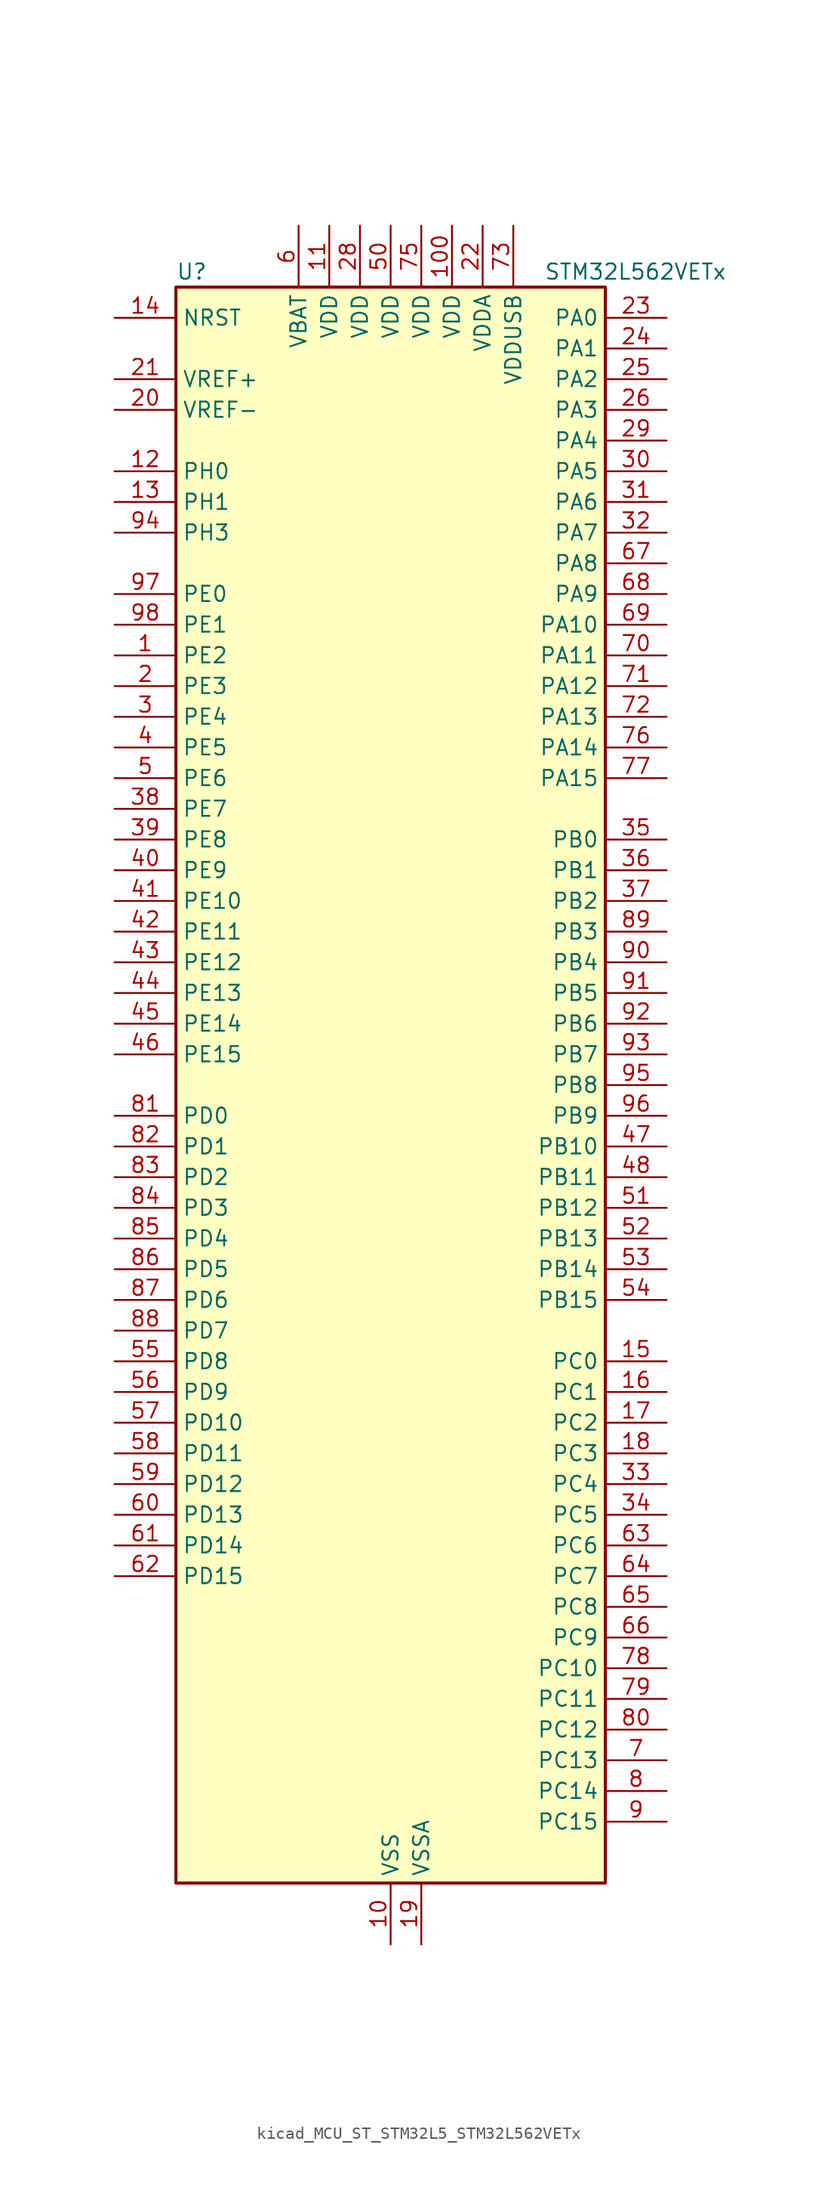
<source format=kicad_sym>
(kicad_symbol_lib
  (version 20220914)
  (generator kicad_symbol_editor)
  (symbol "kicad_MCU_ST_STM32L5_STM32L562VETx"
    (property "Reference" "U"
      (at -17.78 67.31 0)
      (effects (font (size 1.27 1.27)) (justify left)))
    (property "Value" "STM32L562VETx"
      (at 12.7 67.31 0)
      (effects (font (size 1.27 1.27)) (justify left)))
    (property "ki_locked" ""
      (at 0 0 0)
      (effects (font (size 1.27 1.27))))
    (symbol "kicad_MCU_ST_STM32L5_STM32L562VETx_0_1"
      (rectangle (start -17.78 -66.04) (end 17.78 66.04) (stroke (width 0.254) (type default)) (fill (type background))))
    (symbol "kicad_MCU_ST_STM32L5_STM32L562VETx_1_1"
      (pin bidirectional line (at -22.86 35.56 0) (length 5.08) (name "PE2" (effects (font (size 1.27 1.27)))) (number "1" (effects (font (size 1.27 1.27)))) (alternate "DEBUG_TRACECLK" bidirectional line) (alternate "FMC_A23" bidirectional line) (alternate "SAI1_CK1" bidirectional line) (alternate "SAI1_MCLK_A" bidirectional line) (alternate "TIM3_ETR" bidirectional line) (alternate "TSC_G7_IO1" bidirectional line))
      (pin power_in line (at 0 -71.12 90) (length 5.08) (name "VSS" (effects (font (size 1.27 1.27)))) (number "10" (effects (font (size 1.27 1.27)))))
      (pin power_in line (at 5.08 71.12 270) (length 5.08) (name "VDD" (effects (font (size 1.27 1.27)))) (number "100" (effects (font (size 1.27 1.27)))))
      (pin power_in line (at -5.08 71.12 270) (length 5.08) (name "VDD" (effects (font (size 1.27 1.27)))) (number "11" (effects (font (size 1.27 1.27)))))
      (pin bidirectional line (at -22.86 50.8 0) (length 5.08) (name "PH0" (effects (font (size 1.27 1.27)))) (number "12" (effects (font (size 1.27 1.27)))) (alternate "RCC_OSC_IN" bidirectional line))
      (pin bidirectional line (at -22.86 48.26 0) (length 5.08) (name "PH1" (effects (font (size 1.27 1.27)))) (number "13" (effects (font (size 1.27 1.27)))) (alternate "RCC_OSC_OUT" bidirectional line))
      (pin input line (at -22.86 63.5 0) (length 5.08) (name "NRST" (effects (font (size 1.27 1.27)))) (number "14" (effects (font (size 1.27 1.27)))))
      (pin bidirectional line (at 22.86 -22.86 180) (length 5.08) (name "PC0" (effects (font (size 1.27 1.27)))) (number "15" (effects (font (size 1.27 1.27)))) (alternate "ADC1_IN1" bidirectional line) (alternate "ADC2_IN1" bidirectional line) (alternate "I2C3_SCL" bidirectional line) (alternate "LPTIM1_IN1" bidirectional line) (alternate "LPTIM2_IN1" bidirectional line) (alternate "LPUART1_RX" bidirectional line) (alternate "OCTOSPI1_IO7" bidirectional line) (alternate "SAI2_FS_A" bidirectional line) (alternate "SDMMC1_D5" bidirectional line))
      (pin bidirectional line (at 22.86 -25.4 180) (length 5.08) (name "PC1" (effects (font (size 1.27 1.27)))) (number "16" (effects (font (size 1.27 1.27)))) (alternate "ADC1_IN2" bidirectional line) (alternate "ADC2_IN2" bidirectional line) (alternate "DEBUG_TRACED0" bidirectional line) (alternate "I2C3_SDA" bidirectional line) (alternate "LPTIM1_OUT" bidirectional line) (alternate "LPUART1_TX" bidirectional line) (alternate "OCTOSPI1_IO4" bidirectional line) (alternate "SAI1_SD_A" bidirectional line) (alternate "SPI2_MOSI" bidirectional line))
      (pin bidirectional line (at 22.86 -27.94 180) (length 5.08) (name "PC2" (effects (font (size 1.27 1.27)))) (number "17" (effects (font (size 1.27 1.27)))) (alternate "ADC1_IN3" bidirectional line) (alternate "ADC2_IN3" bidirectional line) (alternate "DFSDM1_CKOUT" bidirectional line) (alternate "LPTIM1_IN2" bidirectional line) (alternate "OCTOSPI1_IO5" bidirectional line) (alternate "SPI2_MISO" bidirectional line))
      (pin bidirectional line (at 22.86 -30.48 180) (length 5.08) (name "PC3" (effects (font (size 1.27 1.27)))) (number "18" (effects (font (size 1.27 1.27)))) (alternate "ADC1_IN4" bidirectional line) (alternate "ADC2_IN4" bidirectional line) (alternate "LPTIM1_ETR" bidirectional line) (alternate "LPTIM2_ETR" bidirectional line) (alternate "LPTIM3_OUT" bidirectional line) (alternate "OCTOSPI1_IO6" bidirectional line) (alternate "SAI1_D1" bidirectional line) (alternate "SAI1_SD_A" bidirectional line) (alternate "SPI2_MOSI" bidirectional line))
      (pin power_in line (at 2.54 -71.12 90) (length 5.08) (name "VSSA" (effects (font (size 1.27 1.27)))) (number "19" (effects (font (size 1.27 1.27)))))
      (pin bidirectional line (at -22.86 33.02 0) (length 5.08) (name "PE3" (effects (font (size 1.27 1.27)))) (number "2" (effects (font (size 1.27 1.27)))) (alternate "DEBUG_TRACED0" bidirectional line) (alternate "FMC_A19" bidirectional line) (alternate "OCTOSPI1_DQS" bidirectional line) (alternate "SAI1_SD_B" bidirectional line) (alternate "TIM3_CH1" bidirectional line) (alternate "TSC_G7_IO2" bidirectional line))
      (pin input line (at -22.86 55.88 0) (length 5.08) (name "VREF-" (effects (font (size 1.27 1.27)))) (number "20" (effects (font (size 1.27 1.27)))))
      (pin input line (at -22.86 58.42 0) (length 5.08) (name "VREF+" (effects (font (size 1.27 1.27)))) (number "21" (effects (font (size 1.27 1.27)))))
      (pin power_in line (at 7.62 71.12 270) (length 5.08) (name "VDDA" (effects (font (size 1.27 1.27)))) (number "22" (effects (font (size 1.27 1.27)))))
      (pin bidirectional line (at 22.86 63.5 180) (length 5.08) (name "PA0" (effects (font (size 1.27 1.27)))) (number "23" (effects (font (size 1.27 1.27)))) (alternate "ADC1_IN5" bidirectional line) (alternate "ADC2_IN5" bidirectional line) (alternate "OPAMP1_VINP" bidirectional line) (alternate "PWR_WKUP1" bidirectional line) (alternate "SAI1_EXTCLK" bidirectional line) (alternate "TAMP_IN2" bidirectional line) (alternate "TAMP_OUT1" bidirectional line) (alternate "TIM2_CH1" bidirectional line) (alternate "TIM2_ETR" bidirectional line) (alternate "TIM5_CH1" bidirectional line) (alternate "TIM8_ETR" bidirectional line) (alternate "UART4_TX" bidirectional line) (alternate "USART2_CTS" bidirectional line) (alternate "USART2_NSS" bidirectional line))
      (pin bidirectional line (at 22.86 60.96 180) (length 5.08) (name "PA1" (effects (font (size 1.27 1.27)))) (number "24" (effects (font (size 1.27 1.27)))) (alternate "ADC1_IN6" bidirectional line) (alternate "ADC2_IN6" bidirectional line) (alternate "I2C1_SMBA" bidirectional line) (alternate "OCTOSPI1_DQS" bidirectional line) (alternate "OPAMP1_VINM" bidirectional line) (alternate "SPI1_SCK" bidirectional line) (alternate "TAMP_IN5" bidirectional line) (alternate "TAMP_OUT4" bidirectional line) (alternate "TIM15_CH1N" bidirectional line) (alternate "TIM2_CH2" bidirectional line) (alternate "TIM5_CH2" bidirectional line) (alternate "UART4_RX" bidirectional line) (alternate "USART2_DE" bidirectional line) (alternate "USART2_RTS" bidirectional line))
      (pin bidirectional line (at 22.86 58.42 180) (length 5.08) (name "PA2" (effects (font (size 1.27 1.27)))) (number "25" (effects (font (size 1.27 1.27)))) (alternate "ADC1_IN7" bidirectional line) (alternate "ADC2_IN7" bidirectional line) (alternate "COMP1_INP" bidirectional line) (alternate "LPUART1_TX" bidirectional line) (alternate "OCTOSPI1_NCS" bidirectional line) (alternate "PWR_WKUP4" bidirectional line) (alternate "RCC_LSCO" bidirectional line) (alternate "SAI2_EXTCLK" bidirectional line) (alternate "TIM15_CH1" bidirectional line) (alternate "TIM2_CH3" bidirectional line) (alternate "TIM5_CH3" bidirectional line) (alternate "UCPD1_FRSTX1" bidirectional line) (alternate "USART2_TX" bidirectional line))
      (pin bidirectional line (at 22.86 55.88 180) (length 5.08) (name "PA3" (effects (font (size 1.27 1.27)))) (number "26" (effects (font (size 1.27 1.27)))) (alternate "ADC1_IN8" bidirectional line) (alternate "ADC2_IN8" bidirectional line) (alternate "LPUART1_RX" bidirectional line) (alternate "OCTOSPI1_CLK" bidirectional line) (alternate "OPAMP1_VOUT" bidirectional line) (alternate "SAI1_CK1" bidirectional line) (alternate "SAI1_MCLK_A" bidirectional line) (alternate "TIM15_CH2" bidirectional line) (alternate "TIM2_CH4" bidirectional line) (alternate "TIM5_CH4" bidirectional line) (alternate "USART2_RX" bidirectional line))
      (pin passive line (at 0 -71.12 90) (length 5.08) hide (name "VSS" (effects (font (size 1.27 1.27)))) (number "27" (effects (font (size 1.27 1.27)))))
      (pin power_in line (at -2.54 71.12 270) (length 5.08) (name "VDD" (effects (font (size 1.27 1.27)))) (number "28" (effects (font (size 1.27 1.27)))))
      (pin bidirectional line (at 22.86 53.34 180) (length 5.08) (name "PA4" (effects (font (size 1.27 1.27)))) (number "29" (effects (font (size 1.27 1.27)))) (alternate "ADC1_IN9" bidirectional line) (alternate "ADC2_IN9" bidirectional line) (alternate "DAC1_OUT1" bidirectional line) (alternate "LPTIM2_OUT" bidirectional line) (alternate "OCTOSPI1_NCS" bidirectional line) (alternate "SAI1_FS_B" bidirectional line) (alternate "SPI1_NSS" bidirectional line) (alternate "SPI3_NSS" bidirectional line) (alternate "USART2_CK" bidirectional line))
      (pin bidirectional line (at -22.86 30.48 0) (length 5.08) (name "PE4" (effects (font (size 1.27 1.27)))) (number "3" (effects (font (size 1.27 1.27)))) (alternate "DEBUG_TRACED1" bidirectional line) (alternate "DFSDM1_DATIN3" bidirectional line) (alternate "FMC_A20" bidirectional line) (alternate "SAI1_D2" bidirectional line) (alternate "SAI1_FS_A" bidirectional line) (alternate "TIM3_CH2" bidirectional line) (alternate "TSC_G7_IO3" bidirectional line))
      (pin bidirectional line (at 22.86 50.8 180) (length 5.08) (name "PA5" (effects (font (size 1.27 1.27)))) (number "30" (effects (font (size 1.27 1.27)))) (alternate "ADC1_IN10" bidirectional line) (alternate "ADC2_IN10" bidirectional line) (alternate "DAC1_OUT2" bidirectional line) (alternate "LPTIM2_ETR" bidirectional line) (alternate "SPI1_SCK" bidirectional line) (alternate "TIM2_CH1" bidirectional line) (alternate "TIM2_ETR" bidirectional line) (alternate "TIM8_CH1N" bidirectional line))
      (pin bidirectional line (at 22.86 48.26 180) (length 5.08) (name "PA6" (effects (font (size 1.27 1.27)))) (number "31" (effects (font (size 1.27 1.27)))) (alternate "ADC1_IN11" bidirectional line) (alternate "ADC2_IN11" bidirectional line) (alternate "LPUART1_CTS" bidirectional line) (alternate "OCTOSPI1_IO3" bidirectional line) (alternate "OPAMP2_VINP" bidirectional line) (alternate "SPI1_MISO" bidirectional line) (alternate "TIM16_CH1" bidirectional line) (alternate "TIM1_BKIN" bidirectional line) (alternate "TIM3_CH1" bidirectional line) (alternate "TIM8_BKIN" bidirectional line) (alternate "USART3_CTS" bidirectional line) (alternate "USART3_NSS" bidirectional line))
      (pin bidirectional line (at 22.86 45.72 180) (length 5.08) (name "PA7" (effects (font (size 1.27 1.27)))) (number "32" (effects (font (size 1.27 1.27)))) (alternate "ADC1_IN12" bidirectional line) (alternate "ADC2_IN12" bidirectional line) (alternate "I2C3_SCL" bidirectional line) (alternate "OCTOSPI1_IO2" bidirectional line) (alternate "OPAMP2_VINM" bidirectional line) (alternate "SPI1_MOSI" bidirectional line) (alternate "TIM17_CH1" bidirectional line) (alternate "TIM1_CH1N" bidirectional line) (alternate "TIM3_CH2" bidirectional line) (alternate "TIM8_CH1N" bidirectional line))
      (pin bidirectional line (at 22.86 -33.02 180) (length 5.08) (name "PC4" (effects (font (size 1.27 1.27)))) (number "33" (effects (font (size 1.27 1.27)))) (alternate "ADC1_IN13" bidirectional line) (alternate "ADC2_IN13" bidirectional line) (alternate "COMP1_INM" bidirectional line) (alternate "OCTOSPI1_IO7" bidirectional line) (alternate "USART3_TX" bidirectional line))
      (pin bidirectional line (at 22.86 -35.56 180) (length 5.08) (name "PC5" (effects (font (size 1.27 1.27)))) (number "34" (effects (font (size 1.27 1.27)))) (alternate "ADC1_IN14" bidirectional line) (alternate "ADC2_IN14" bidirectional line) (alternate "COMP1_INP" bidirectional line) (alternate "PWR_WKUP5" bidirectional line) (alternate "SAI1_D3" bidirectional line) (alternate "TAMP_IN4" bidirectional line) (alternate "TAMP_OUT5" bidirectional line) (alternate "USART3_RX" bidirectional line))
      (pin bidirectional line (at 22.86 20.32 180) (length 5.08) (name "PB0" (effects (font (size 1.27 1.27)))) (number "35" (effects (font (size 1.27 1.27)))) (alternate "ADC1_IN15" bidirectional line) (alternate "ADC2_IN15" bidirectional line) (alternate "COMP1_OUT" bidirectional line) (alternate "OCTOSPI1_IO1" bidirectional line) (alternate "OPAMP2_VOUT" bidirectional line) (alternate "SAI1_EXTCLK" bidirectional line) (alternate "SPI1_NSS" bidirectional line) (alternate "TIM1_CH2N" bidirectional line) (alternate "TIM3_CH3" bidirectional line) (alternate "TIM8_CH2N" bidirectional line) (alternate "USART3_CK" bidirectional line))
      (pin bidirectional line (at 22.86 17.78 180) (length 5.08) (name "PB1" (effects (font (size 1.27 1.27)))) (number "36" (effects (font (size 1.27 1.27)))) (alternate "ADC1_IN16" bidirectional line) (alternate "ADC2_IN16" bidirectional line) (alternate "COMP1_INM" bidirectional line) (alternate "DFSDM1_DATIN0" bidirectional line) (alternate "LPTIM2_IN1" bidirectional line) (alternate "LPUART1_DE" bidirectional line) (alternate "LPUART1_RTS" bidirectional line) (alternate "OCTOSPI1_IO0" bidirectional line) (alternate "TIM1_CH3N" bidirectional line) (alternate "TIM3_CH4" bidirectional line) (alternate "TIM8_CH3N" bidirectional line) (alternate "USART3_DE" bidirectional line) (alternate "USART3_RTS" bidirectional line))
      (pin bidirectional line (at 22.86 15.24 180) (length 5.08) (name "PB2" (effects (font (size 1.27 1.27)))) (number "37" (effects (font (size 1.27 1.27)))) (alternate "COMP1_INP" bidirectional line) (alternate "DFSDM1_CKIN0" bidirectional line) (alternate "I2C3_SMBA" bidirectional line) (alternate "LPTIM1_OUT" bidirectional line) (alternate "OCTOSPI1_DQS" bidirectional line) (alternate "RTC_OUT2" bidirectional line) (alternate "UCPD1_FRSTX1" bidirectional line))
      (pin bidirectional line (at -22.86 22.86 0) (length 5.08) (name "PE7" (effects (font (size 1.27 1.27)))) (number "38" (effects (font (size 1.27 1.27)))) (alternate "DFSDM1_DATIN2" bidirectional line) (alternate "FMC_D4" bidirectional line) (alternate "FMC_DA4" bidirectional line) (alternate "SAI1_SD_B" bidirectional line) (alternate "TIM1_ETR" bidirectional line))
      (pin bidirectional line (at -22.86 20.32 0) (length 5.08) (name "PE8" (effects (font (size 1.27 1.27)))) (number "39" (effects (font (size 1.27 1.27)))) (alternate "DFSDM1_CKIN2" bidirectional line) (alternate "FMC_D5" bidirectional line) (alternate "FMC_DA5" bidirectional line) (alternate "SAI1_SCK_B" bidirectional line) (alternate "TIM1_CH1N" bidirectional line))
      (pin bidirectional line (at -22.86 27.94 0) (length 5.08) (name "PE5" (effects (font (size 1.27 1.27)))) (number "4" (effects (font (size 1.27 1.27)))) (alternate "DEBUG_TRACED2" bidirectional line) (alternate "DFSDM1_CKIN3" bidirectional line) (alternate "FMC_A21" bidirectional line) (alternate "SAI1_CK2" bidirectional line) (alternate "SAI1_SCK_A" bidirectional line) (alternate "TIM3_CH3" bidirectional line) (alternate "TSC_G7_IO4" bidirectional line))
      (pin bidirectional line (at -22.86 17.78 0) (length 5.08) (name "PE9" (effects (font (size 1.27 1.27)))) (number "40" (effects (font (size 1.27 1.27)))) (alternate "DAC1_EXTI9" bidirectional line) (alternate "DFSDM1_CKOUT" bidirectional line) (alternate "FMC_D6" bidirectional line) (alternate "FMC_DA6" bidirectional line) (alternate "OCTOSPI1_NCLK" bidirectional line) (alternate "SAI1_FS_B" bidirectional line) (alternate "TIM1_CH1" bidirectional line))
      (pin bidirectional line (at -22.86 15.24 0) (length 5.08) (name "PE10" (effects (font (size 1.27 1.27)))) (number "41" (effects (font (size 1.27 1.27)))) (alternate "FMC_D7" bidirectional line) (alternate "FMC_DA7" bidirectional line) (alternate "OCTOSPI1_CLK" bidirectional line) (alternate "SAI1_MCLK_B" bidirectional line) (alternate "TIM1_CH2N" bidirectional line) (alternate "TSC_G5_IO1" bidirectional line))
      (pin bidirectional line (at -22.86 12.7 0) (length 5.08) (name "PE11" (effects (font (size 1.27 1.27)))) (number "42" (effects (font (size 1.27 1.27)))) (alternate "ADC1_EXTI11" bidirectional line) (alternate "ADC2_EXTI11" bidirectional line) (alternate "FMC_D8" bidirectional line) (alternate "FMC_DA8" bidirectional line) (alternate "OCTOSPI1_NCS" bidirectional line) (alternate "TIM1_CH2" bidirectional line) (alternate "TSC_G5_IO2" bidirectional line))
      (pin bidirectional line (at -22.86 10.16 0) (length 5.08) (name "PE12" (effects (font (size 1.27 1.27)))) (number "43" (effects (font (size 1.27 1.27)))) (alternate "FMC_D9" bidirectional line) (alternate "FMC_DA9" bidirectional line) (alternate "OCTOSPI1_IO0" bidirectional line) (alternate "SPI1_NSS" bidirectional line) (alternate "TIM1_CH3N" bidirectional line) (alternate "TSC_G5_IO3" bidirectional line))
      (pin bidirectional line (at -22.86 7.62 0) (length 5.08) (name "PE13" (effects (font (size 1.27 1.27)))) (number "44" (effects (font (size 1.27 1.27)))) (alternate "FMC_D10" bidirectional line) (alternate "FMC_DA10" bidirectional line) (alternate "OCTOSPI1_IO1" bidirectional line) (alternate "SPI1_SCK" bidirectional line) (alternate "TIM1_CH3" bidirectional line) (alternate "TSC_G5_IO4" bidirectional line))
      (pin bidirectional line (at -22.86 5.08 0) (length 5.08) (name "PE14" (effects (font (size 1.27 1.27)))) (number "45" (effects (font (size 1.27 1.27)))) (alternate "FMC_D11" bidirectional line) (alternate "FMC_DA11" bidirectional line) (alternate "OCTOSPI1_IO2" bidirectional line) (alternate "SPI1_MISO" bidirectional line) (alternate "TIM1_BKIN2" bidirectional line) (alternate "TIM1_CH4" bidirectional line))
      (pin bidirectional line (at -22.86 2.54 0) (length 5.08) (name "PE15" (effects (font (size 1.27 1.27)))) (number "46" (effects (font (size 1.27 1.27)))) (alternate "ADC1_EXTI15" bidirectional line) (alternate "ADC2_EXTI15" bidirectional line) (alternate "FMC_D12" bidirectional line) (alternate "FMC_DA12" bidirectional line) (alternate "OCTOSPI1_IO3" bidirectional line) (alternate "SPI1_MOSI" bidirectional line) (alternate "TIM1_BKIN" bidirectional line))
      (pin bidirectional line (at 22.86 -5.08 180) (length 5.08) (name "PB10" (effects (font (size 1.27 1.27)))) (number "47" (effects (font (size 1.27 1.27)))) (alternate "COMP1_OUT" bidirectional line) (alternate "I2C2_SCL" bidirectional line) (alternate "I2C4_SCL" bidirectional line) (alternate "LPTIM3_OUT" bidirectional line) (alternate "LPUART1_RX" bidirectional line) (alternate "OCTOSPI1_CLK" bidirectional line) (alternate "SAI1_SCK_A" bidirectional line) (alternate "SPI2_SCK" bidirectional line) (alternate "TIM2_CH3" bidirectional line) (alternate "TSC_SYNC" bidirectional line) (alternate "USART3_TX" bidirectional line))
      (pin bidirectional line (at 22.86 -7.62 180) (length 5.08) (name "PB11" (effects (font (size 1.27 1.27)))) (number "48" (effects (font (size 1.27 1.27)))) (alternate "ADC1_EXTI11" bidirectional line) (alternate "ADC2_EXTI11" bidirectional line) (alternate "COMP2_OUT" bidirectional line) (alternate "I2C2_SDA" bidirectional line) (alternate "I2C4_SDA" bidirectional line) (alternate "LPUART1_TX" bidirectional line) (alternate "OCTOSPI1_NCS" bidirectional line) (alternate "TIM2_CH4" bidirectional line) (alternate "USART3_RX" bidirectional line))
      (pin passive line (at 0 -71.12 90) (length 5.08) hide (name "VSS" (effects (font (size 1.27 1.27)))) (number "49" (effects (font (size 1.27 1.27)))))
      (pin bidirectional line (at -22.86 25.4 0) (length 5.08) (name "PE6" (effects (font (size 1.27 1.27)))) (number "5" (effects (font (size 1.27 1.27)))) (alternate "DEBUG_TRACED3" bidirectional line) (alternate "FMC_A22" bidirectional line) (alternate "PWR_WKUP3" bidirectional line) (alternate "SAI1_D1" bidirectional line) (alternate "SAI1_SD_A" bidirectional line) (alternate "TAMP_IN3" bidirectional line) (alternate "TAMP_OUT6" bidirectional line) (alternate "TIM3_CH4" bidirectional line))
      (pin power_in line (at 0 71.12 270) (length 5.08) (name "VDD" (effects (font (size 1.27 1.27)))) (number "50" (effects (font (size 1.27 1.27)))))
      (pin bidirectional line (at 22.86 -10.16 180) (length 5.08) (name "PB12" (effects (font (size 1.27 1.27)))) (number "51" (effects (font (size 1.27 1.27)))) (alternate "DFSDM1_DATIN1" bidirectional line) (alternate "I2C2_SMBA" bidirectional line) (alternate "LPUART1_DE" bidirectional line) (alternate "LPUART1_RTS" bidirectional line) (alternate "OCTOSPI1_NCLK" bidirectional line) (alternate "SAI2_FS_A" bidirectional line) (alternate "SPI2_NSS" bidirectional line) (alternate "TIM15_BKIN" bidirectional line) (alternate "TIM1_BKIN" bidirectional line) (alternate "TSC_G1_IO1" bidirectional line) (alternate "USART3_CK" bidirectional line))
      (pin bidirectional line (at 22.86 -12.7 180) (length 5.08) (name "PB13" (effects (font (size 1.27 1.27)))) (number "52" (effects (font (size 1.27 1.27)))) (alternate "DFSDM1_CKIN1" bidirectional line) (alternate "I2C2_SCL" bidirectional line) (alternate "LPTIM3_IN1" bidirectional line) (alternate "LPUART1_CTS" bidirectional line) (alternate "SAI2_SCK_A" bidirectional line) (alternate "SPI2_SCK" bidirectional line) (alternate "TIM15_CH1N" bidirectional line) (alternate "TIM1_CH1N" bidirectional line) (alternate "TSC_G1_IO2" bidirectional line) (alternate "UCPD1_FRSTX2" bidirectional line) (alternate "USART3_CTS" bidirectional line) (alternate "USART3_NSS" bidirectional line))
      (pin bidirectional line (at 22.86 -15.24 180) (length 5.08) (name "PB14" (effects (font (size 1.27 1.27)))) (number "53" (effects (font (size 1.27 1.27)))) (alternate "DFSDM1_DATIN2" bidirectional line) (alternate "I2C2_SDA" bidirectional line) (alternate "LPTIM3_ETR" bidirectional line) (alternate "SAI2_MCLK_A" bidirectional line) (alternate "SPI2_MISO" bidirectional line) (alternate "TIM15_CH1" bidirectional line) (alternate "TIM1_CH2N" bidirectional line) (alternate "TIM8_CH2N" bidirectional line) (alternate "TSC_G1_IO3" bidirectional line) (alternate "UCPD1_DBCC2" bidirectional line) (alternate "USART3_DE" bidirectional line) (alternate "USART3_RTS" bidirectional line))
      (pin bidirectional line (at 22.86 -17.78 180) (length 5.08) (name "PB15" (effects (font (size 1.27 1.27)))) (number "54" (effects (font (size 1.27 1.27)))) (alternate "ADC1_EXTI15" bidirectional line) (alternate "ADC2_EXTI15" bidirectional line) (alternate "DFSDM1_CKIN2" bidirectional line) (alternate "RTC_REFIN" bidirectional line) (alternate "SAI2_SD_A" bidirectional line) (alternate "SPI2_MOSI" bidirectional line) (alternate "TIM15_CH2" bidirectional line) (alternate "TIM1_CH3N" bidirectional line) (alternate "TIM8_CH3N" bidirectional line) (alternate "UCPD1_CC2" bidirectional line))
      (pin bidirectional line (at -22.86 -22.86 0) (length 5.08) (name "PD8" (effects (font (size 1.27 1.27)))) (number "55" (effects (font (size 1.27 1.27)))) (alternate "FMC_D13" bidirectional line) (alternate "FMC_DA13" bidirectional line) (alternate "USART3_TX" bidirectional line))
      (pin bidirectional line (at -22.86 -25.4 0) (length 5.08) (name "PD9" (effects (font (size 1.27 1.27)))) (number "56" (effects (font (size 1.27 1.27)))) (alternate "DAC1_EXTI9" bidirectional line) (alternate "FMC_D14" bidirectional line) (alternate "FMC_DA14" bidirectional line) (alternate "SAI2_MCLK_A" bidirectional line) (alternate "USART3_RX" bidirectional line))
      (pin bidirectional line (at -22.86 -27.94 0) (length 5.08) (name "PD10" (effects (font (size 1.27 1.27)))) (number "57" (effects (font (size 1.27 1.27)))) (alternate "FMC_D15" bidirectional line) (alternate "FMC_DA15" bidirectional line) (alternate "SAI2_SCK_A" bidirectional line) (alternate "TSC_G6_IO1" bidirectional line) (alternate "USART3_CK" bidirectional line))
      (pin bidirectional line (at -22.86 -30.48 0) (length 5.08) (name "PD11" (effects (font (size 1.27 1.27)))) (number "58" (effects (font (size 1.27 1.27)))) (alternate "ADC1_EXTI11" bidirectional line) (alternate "ADC2_EXTI11" bidirectional line) (alternate "FMC_A16" bidirectional line) (alternate "FMC_CLE" bidirectional line) (alternate "I2C4_SMBA" bidirectional line) (alternate "LPTIM2_ETR" bidirectional line) (alternate "SAI2_SD_A" bidirectional line) (alternate "TSC_G6_IO2" bidirectional line) (alternate "USART3_CTS" bidirectional line) (alternate "USART3_NSS" bidirectional line))
      (pin bidirectional line (at -22.86 -33.02 0) (length 5.08) (name "PD12" (effects (font (size 1.27 1.27)))) (number "59" (effects (font (size 1.27 1.27)))) (alternate "FMC_A17" bidirectional line) (alternate "FMC_ALE" bidirectional line) (alternate "I2C4_SCL" bidirectional line) (alternate "LPTIM2_IN1" bidirectional line) (alternate "SAI2_FS_A" bidirectional line) (alternate "TIM4_CH1" bidirectional line) (alternate "TSC_G6_IO3" bidirectional line) (alternate "USART3_DE" bidirectional line) (alternate "USART3_RTS" bidirectional line))
      (pin power_in line (at -7.62 71.12 270) (length 5.08) (name "VBAT" (effects (font (size 1.27 1.27)))) (number "6" (effects (font (size 1.27 1.27)))))
      (pin bidirectional line (at -22.86 -35.56 0) (length 5.08) (name "PD13" (effects (font (size 1.27 1.27)))) (number "60" (effects (font (size 1.27 1.27)))) (alternate "FMC_A18" bidirectional line) (alternate "I2C4_SDA" bidirectional line) (alternate "LPTIM2_OUT" bidirectional line) (alternate "TIM4_CH2" bidirectional line) (alternate "TSC_G6_IO4" bidirectional line))
      (pin bidirectional line (at -22.86 -38.1 0) (length 5.08) (name "PD14" (effects (font (size 1.27 1.27)))) (number "61" (effects (font (size 1.27 1.27)))) (alternate "FMC_D0" bidirectional line) (alternate "FMC_DA0" bidirectional line) (alternate "TIM4_CH3" bidirectional line))
      (pin bidirectional line (at -22.86 -40.64 0) (length 5.08) (name "PD15" (effects (font (size 1.27 1.27)))) (number "62" (effects (font (size 1.27 1.27)))) (alternate "ADC1_EXTI15" bidirectional line) (alternate "ADC2_EXTI15" bidirectional line) (alternate "FMC_D1" bidirectional line) (alternate "FMC_DA1" bidirectional line) (alternate "TIM4_CH4" bidirectional line))
      (pin bidirectional line (at 22.86 -38.1 180) (length 5.08) (name "PC6" (effects (font (size 1.27 1.27)))) (number "63" (effects (font (size 1.27 1.27)))) (alternate "DFSDM1_CKIN3" bidirectional line) (alternate "SAI2_MCLK_A" bidirectional line) (alternate "SDMMC1_D0DIR" bidirectional line) (alternate "SDMMC1_D6" bidirectional line) (alternate "TIM3_CH1" bidirectional line) (alternate "TIM8_CH1" bidirectional line) (alternate "TSC_G4_IO1" bidirectional line))
      (pin bidirectional line (at 22.86 -40.64 180) (length 5.08) (name "PC7" (effects (font (size 1.27 1.27)))) (number "64" (effects (font (size 1.27 1.27)))) (alternate "DFSDM1_DATIN3" bidirectional line) (alternate "SAI2_MCLK_B" bidirectional line) (alternate "SDMMC1_D123DIR" bidirectional line) (alternate "SDMMC1_D7" bidirectional line) (alternate "TIM3_CH2" bidirectional line) (alternate "TIM8_CH2" bidirectional line) (alternate "TSC_G4_IO2" bidirectional line))
      (pin bidirectional line (at 22.86 -43.18 180) (length 5.08) (name "PC8" (effects (font (size 1.27 1.27)))) (number "65" (effects (font (size 1.27 1.27)))) (alternate "SDMMC1_D0" bidirectional line) (alternate "TIM3_CH3" bidirectional line) (alternate "TIM8_CH3" bidirectional line) (alternate "TSC_G4_IO3" bidirectional line))
      (pin bidirectional line (at 22.86 -45.72 180) (length 5.08) (name "PC9" (effects (font (size 1.27 1.27)))) (number "66" (effects (font (size 1.27 1.27)))) (alternate "DAC1_EXTI9" bidirectional line) (alternate "DEBUG_TRACED0" bidirectional line) (alternate "SAI2_EXTCLK" bidirectional line) (alternate "SDMMC1_D1" bidirectional line) (alternate "TIM3_CH4" bidirectional line) (alternate "TIM8_BKIN2" bidirectional line) (alternate "TIM8_CH4" bidirectional line) (alternate "TSC_G4_IO4" bidirectional line) (alternate "USB_NOE" bidirectional line))
      (pin bidirectional line (at 22.86 43.18 180) (length 5.08) (name "PA8" (effects (font (size 1.27 1.27)))) (number "67" (effects (font (size 1.27 1.27)))) (alternate "LPTIM2_OUT" bidirectional line) (alternate "RCC_MCO" bidirectional line) (alternate "SAI1_CK2" bidirectional line) (alternate "SAI1_SCK_A" bidirectional line) (alternate "TIM1_CH1" bidirectional line) (alternate "USART1_CK" bidirectional line))
      (pin bidirectional line (at 22.86 40.64 180) (length 5.08) (name "PA9" (effects (font (size 1.27 1.27)))) (number "68" (effects (font (size 1.27 1.27)))) (alternate "DAC1_EXTI9" bidirectional line) (alternate "SAI1_FS_A" bidirectional line) (alternate "SPI2_SCK" bidirectional line) (alternate "TIM15_BKIN" bidirectional line) (alternate "TIM1_CH2" bidirectional line) (alternate "USART1_TX" bidirectional line))
      (pin bidirectional line (at 22.86 38.1 180) (length 5.08) (name "PA10" (effects (font (size 1.27 1.27)))) (number "69" (effects (font (size 1.27 1.27)))) (alternate "CRS_SYNC" bidirectional line) (alternate "SAI1_D1" bidirectional line) (alternate "SAI1_SD_A" bidirectional line) (alternate "TIM17_BKIN" bidirectional line) (alternate "TIM1_CH3" bidirectional line) (alternate "USART1_RX" bidirectional line))
      (pin bidirectional line (at 22.86 -55.88 180) (length 5.08) (name "PC13" (effects (font (size 1.27 1.27)))) (number "7" (effects (font (size 1.27 1.27)))) (alternate "PWR_WKUP2" bidirectional line) (alternate "RTC_OUT1" bidirectional line) (alternate "RTC_TS" bidirectional line) (alternate "TAMP_IN1" bidirectional line) (alternate "TAMP_OUT2" bidirectional line))
      (pin bidirectional line (at 22.86 35.56 180) (length 5.08) (name "PA11" (effects (font (size 1.27 1.27)))) (number "70" (effects (font (size 1.27 1.27)))) (alternate "ADC1_EXTI11" bidirectional line) (alternate "ADC2_EXTI11" bidirectional line) (alternate "FDCAN1_RX" bidirectional line) (alternate "SPI1_MISO" bidirectional line) (alternate "TIM1_BKIN2" bidirectional line) (alternate "TIM1_CH4" bidirectional line) (alternate "USART1_CTS" bidirectional line) (alternate "USART1_NSS" bidirectional line) (alternate "USB_DM" bidirectional line))
      (pin bidirectional line (at 22.86 33.02 180) (length 5.08) (name "PA12" (effects (font (size 1.27 1.27)))) (number "71" (effects (font (size 1.27 1.27)))) (alternate "FDCAN1_TX" bidirectional line) (alternate "SPI1_MOSI" bidirectional line) (alternate "TIM1_ETR" bidirectional line) (alternate "USART1_DE" bidirectional line) (alternate "USART1_RTS" bidirectional line) (alternate "USB_DP" bidirectional line))
      (pin bidirectional line (at 22.86 30.48 180) (length 5.08) (name "PA13" (effects (font (size 1.27 1.27)))) (number "72" (effects (font (size 1.27 1.27)))) (alternate "DEBUG_JTMS-SWDIO" bidirectional line) (alternate "IR_OUT" bidirectional line) (alternate "SAI1_SD_B" bidirectional line) (alternate "USB_NOE" bidirectional line))
      (pin power_in line (at 10.16 71.12 270) (length 5.08) (name "VDDUSB" (effects (font (size 1.27 1.27)))) (number "73" (effects (font (size 1.27 1.27)))))
      (pin passive line (at 0 -71.12 90) (length 5.08) hide (name "VSS" (effects (font (size 1.27 1.27)))) (number "74" (effects (font (size 1.27 1.27)))))
      (pin power_in line (at 2.54 71.12 270) (length 5.08) (name "VDD" (effects (font (size 1.27 1.27)))) (number "75" (effects (font (size 1.27 1.27)))))
      (pin bidirectional line (at 22.86 27.94 180) (length 5.08) (name "PA14" (effects (font (size 1.27 1.27)))) (number "76" (effects (font (size 1.27 1.27)))) (alternate "DEBUG_JTCK-SWCLK" bidirectional line) (alternate "I2C1_SMBA" bidirectional line) (alternate "I2C4_SMBA" bidirectional line) (alternate "LPTIM1_OUT" bidirectional line) (alternate "SAI1_FS_B" bidirectional line))
      (pin bidirectional line (at 22.86 25.4 180) (length 5.08) (name "PA15" (effects (font (size 1.27 1.27)))) (number "77" (effects (font (size 1.27 1.27)))) (alternate "ADC1_EXTI15" bidirectional line) (alternate "ADC2_EXTI15" bidirectional line) (alternate "DEBUG_JTDI" bidirectional line) (alternate "SAI2_FS_B" bidirectional line) (alternate "SPI1_NSS" bidirectional line) (alternate "SPI3_NSS" bidirectional line) (alternate "TIM2_CH1" bidirectional line) (alternate "TIM2_ETR" bidirectional line) (alternate "UART4_DE" bidirectional line) (alternate "UART4_RTS" bidirectional line) (alternate "UCPD1_CC1" bidirectional line) (alternate "USART2_RX" bidirectional line) (alternate "USART3_DE" bidirectional line) (alternate "USART3_RTS" bidirectional line))
      (pin bidirectional line (at 22.86 -48.26 180) (length 5.08) (name "PC10" (effects (font (size 1.27 1.27)))) (number "78" (effects (font (size 1.27 1.27)))) (alternate "DEBUG_TRACED1" bidirectional line) (alternate "LPTIM3_ETR" bidirectional line) (alternate "SAI2_SCK_B" bidirectional line) (alternate "SDMMC1_D2" bidirectional line) (alternate "SPI3_SCK" bidirectional line) (alternate "TSC_G3_IO2" bidirectional line) (alternate "UART4_TX" bidirectional line) (alternate "USART3_TX" bidirectional line))
      (pin bidirectional line (at 22.86 -50.8 180) (length 5.08) (name "PC11" (effects (font (size 1.27 1.27)))) (number "79" (effects (font (size 1.27 1.27)))) (alternate "ADC1_EXTI11" bidirectional line) (alternate "ADC2_EXTI11" bidirectional line) (alternate "LPTIM3_IN1" bidirectional line) (alternate "OCTOSPI1_NCS" bidirectional line) (alternate "SAI2_MCLK_B" bidirectional line) (alternate "SDMMC1_D3" bidirectional line) (alternate "SPI3_MISO" bidirectional line) (alternate "TSC_G3_IO3" bidirectional line) (alternate "UART4_RX" bidirectional line) (alternate "UCPD1_FRSTX2" bidirectional line) (alternate "USART3_RX" bidirectional line))
      (pin bidirectional line (at 22.86 -58.42 180) (length 5.08) (name "PC14" (effects (font (size 1.27 1.27)))) (number "8" (effects (font (size 1.27 1.27)))) (alternate "RCC_OSC32_IN" bidirectional line))
      (pin bidirectional line (at 22.86 -53.34 180) (length 5.08) (name "PC12" (effects (font (size 1.27 1.27)))) (number "80" (effects (font (size 1.27 1.27)))) (alternate "DEBUG_TRACED3" bidirectional line) (alternate "SAI2_SD_B" bidirectional line) (alternate "SDMMC1_CK" bidirectional line) (alternate "SPI3_MOSI" bidirectional line) (alternate "TSC_G3_IO4" bidirectional line) (alternate "UART5_TX" bidirectional line) (alternate "USART3_CK" bidirectional line))
      (pin bidirectional line (at -22.86 -2.54 0) (length 5.08) (name "PD0" (effects (font (size 1.27 1.27)))) (number "81" (effects (font (size 1.27 1.27)))) (alternate "FDCAN1_RX" bidirectional line) (alternate "FMC_D2" bidirectional line) (alternate "FMC_DA2" bidirectional line) (alternate "SPI2_NSS" bidirectional line))
      (pin bidirectional line (at -22.86 -5.08 0) (length 5.08) (name "PD1" (effects (font (size 1.27 1.27)))) (number "82" (effects (font (size 1.27 1.27)))) (alternate "FDCAN1_TX" bidirectional line) (alternate "FMC_D3" bidirectional line) (alternate "FMC_DA3" bidirectional line) (alternate "SPI2_SCK" bidirectional line))
      (pin bidirectional line (at -22.86 -7.62 0) (length 5.08) (name "PD2" (effects (font (size 1.27 1.27)))) (number "83" (effects (font (size 1.27 1.27)))) (alternate "DEBUG_TRACED2" bidirectional line) (alternate "SDMMC1_CMD" bidirectional line) (alternate "TIM3_ETR" bidirectional line) (alternate "TSC_SYNC" bidirectional line) (alternate "UART5_RX" bidirectional line) (alternate "USART3_DE" bidirectional line) (alternate "USART3_RTS" bidirectional line))
      (pin bidirectional line (at -22.86 -10.16 0) (length 5.08) (name "PD3" (effects (font (size 1.27 1.27)))) (number "84" (effects (font (size 1.27 1.27)))) (alternate "DFSDM1_DATIN0" bidirectional line) (alternate "FMC_CLK" bidirectional line) (alternate "SPI2_MISO" bidirectional line) (alternate "SPI2_SCK" bidirectional line) (alternate "USART2_CTS" bidirectional line) (alternate "USART2_NSS" bidirectional line))
      (pin bidirectional line (at -22.86 -12.7 0) (length 5.08) (name "PD4" (effects (font (size 1.27 1.27)))) (number "85" (effects (font (size 1.27 1.27)))) (alternate "DFSDM1_CKIN0" bidirectional line) (alternate "FMC_NOE" bidirectional line) (alternate "OCTOSPI1_IO4" bidirectional line) (alternate "SPI2_MOSI" bidirectional line) (alternate "USART2_DE" bidirectional line) (alternate "USART2_RTS" bidirectional line))
      (pin bidirectional line (at -22.86 -15.24 0) (length 5.08) (name "PD5" (effects (font (size 1.27 1.27)))) (number "86" (effects (font (size 1.27 1.27)))) (alternate "FMC_NWE" bidirectional line) (alternate "OCTOSPI1_IO5" bidirectional line) (alternate "USART2_TX" bidirectional line))
      (pin bidirectional line (at -22.86 -17.78 0) (length 5.08) (name "PD6" (effects (font (size 1.27 1.27)))) (number "87" (effects (font (size 1.27 1.27)))) (alternate "DFSDM1_DATIN1" bidirectional line) (alternate "FMC_NWAIT" bidirectional line) (alternate "OCTOSPI1_IO6" bidirectional line) (alternate "SAI1_D1" bidirectional line) (alternate "SAI1_SD_A" bidirectional line) (alternate "SPI3_MOSI" bidirectional line) (alternate "USART2_RX" bidirectional line))
      (pin bidirectional line (at -22.86 -20.32 0) (length 5.08) (name "PD7" (effects (font (size 1.27 1.27)))) (number "88" (effects (font (size 1.27 1.27)))) (alternate "DFSDM1_CKIN1" bidirectional line) (alternate "FMC_NCE" bidirectional line) (alternate "FMC_NE1" bidirectional line) (alternate "OCTOSPI1_IO7" bidirectional line) (alternate "USART2_CK" bidirectional line))
      (pin bidirectional line (at 22.86 12.7 180) (length 5.08) (name "PB3" (effects (font (size 1.27 1.27)))) (number "89" (effects (font (size 1.27 1.27)))) (alternate "COMP2_INM" bidirectional line) (alternate "CRS_SYNC" bidirectional line) (alternate "DEBUG_JTDO-SWO" bidirectional line) (alternate "SAI1_SCK_B" bidirectional line) (alternate "SPI1_SCK" bidirectional line) (alternate "SPI3_SCK" bidirectional line) (alternate "TIM2_CH2" bidirectional line) (alternate "USART1_DE" bidirectional line) (alternate "USART1_RTS" bidirectional line))
      (pin bidirectional line (at 22.86 -60.96 180) (length 5.08) (name "PC15" (effects (font (size 1.27 1.27)))) (number "9" (effects (font (size 1.27 1.27)))) (alternate "ADC1_EXTI15" bidirectional line) (alternate "ADC2_EXTI15" bidirectional line) (alternate "RCC_OSC32_OUT" bidirectional line))
      (pin bidirectional line (at 22.86 10.16 180) (length 5.08) (name "PB4" (effects (font (size 1.27 1.27)))) (number "90" (effects (font (size 1.27 1.27)))) (alternate "COMP2_INP" bidirectional line) (alternate "DEBUG_JTRST" bidirectional line) (alternate "I2C3_SDA" bidirectional line) (alternate "SAI1_MCLK_B" bidirectional line) (alternate "SPI1_MISO" bidirectional line) (alternate "SPI3_MISO" bidirectional line) (alternate "TIM17_BKIN" bidirectional line) (alternate "TIM3_CH1" bidirectional line) (alternate "TSC_G2_IO1" bidirectional line) (alternate "UART5_DE" bidirectional line) (alternate "UART5_RTS" bidirectional line) (alternate "USART1_CTS" bidirectional line) (alternate "USART1_NSS" bidirectional line))
      (pin bidirectional line (at 22.86 7.62 180) (length 5.08) (name "PB5" (effects (font (size 1.27 1.27)))) (number "91" (effects (font (size 1.27 1.27)))) (alternate "COMP2_OUT" bidirectional line) (alternate "I2C1_SMBA" bidirectional line) (alternate "LPTIM1_IN1" bidirectional line) (alternate "OCTOSPI1_NCLK" bidirectional line) (alternate "SAI1_SD_B" bidirectional line) (alternate "SPI1_MOSI" bidirectional line) (alternate "SPI3_MOSI" bidirectional line) (alternate "TIM16_BKIN" bidirectional line) (alternate "TIM3_CH2" bidirectional line) (alternate "TSC_G2_IO2" bidirectional line) (alternate "UART5_CTS" bidirectional line) (alternate "UCPD1_DBCC1" bidirectional line) (alternate "USART1_CK" bidirectional line))
      (pin bidirectional line (at 22.86 5.08 180) (length 5.08) (name "PB6" (effects (font (size 1.27 1.27)))) (number "92" (effects (font (size 1.27 1.27)))) (alternate "COMP2_INP" bidirectional line) (alternate "I2C1_SCL" bidirectional line) (alternate "I2C4_SCL" bidirectional line) (alternate "LPTIM1_ETR" bidirectional line) (alternate "SAI1_FS_B" bidirectional line) (alternate "TIM16_CH1N" bidirectional line) (alternate "TIM4_CH1" bidirectional line) (alternate "TIM8_BKIN2" bidirectional line) (alternate "TSC_G2_IO3" bidirectional line) (alternate "USART1_TX" bidirectional line))
      (pin bidirectional line (at 22.86 2.54 180) (length 5.08) (name "PB7" (effects (font (size 1.27 1.27)))) (number "93" (effects (font (size 1.27 1.27)))) (alternate "COMP2_INM" bidirectional line) (alternate "FMC_NL" bidirectional line) (alternate "I2C1_SDA" bidirectional line) (alternate "I2C4_SDA" bidirectional line) (alternate "LPTIM1_IN2" bidirectional line) (alternate "PWR_PVD_IN" bidirectional line) (alternate "TIM17_CH1N" bidirectional line) (alternate "TIM4_CH2" bidirectional line) (alternate "TIM8_BKIN" bidirectional line) (alternate "TSC_G2_IO4" bidirectional line) (alternate "UART4_CTS" bidirectional line) (alternate "USART1_RX" bidirectional line))
      (pin bidirectional line (at -22.86 45.72 0) (length 5.08) (name "PH3" (effects (font (size 1.27 1.27)))) (number "94" (effects (font (size 1.27 1.27)))))
      (pin bidirectional line (at 22.86 0 180) (length 5.08) (name "PB8" (effects (font (size 1.27 1.27)))) (number "95" (effects (font (size 1.27 1.27)))) (alternate "DFSDM1_CKOUT" bidirectional line) (alternate "FDCAN1_RX" bidirectional line) (alternate "I2C1_SCL" bidirectional line) (alternate "SAI1_CK1" bidirectional line) (alternate "SAI1_MCLK_A" bidirectional line) (alternate "SDMMC1_CKIN" bidirectional line) (alternate "SDMMC1_D4" bidirectional line) (alternate "TIM16_CH1" bidirectional line) (alternate "TIM4_CH3" bidirectional line))
      (pin bidirectional line (at 22.86 -2.54 180) (length 5.08) (name "PB9" (effects (font (size 1.27 1.27)))) (number "96" (effects (font (size 1.27 1.27)))) (alternate "DAC1_EXTI9" bidirectional line) (alternate "FDCAN1_TX" bidirectional line) (alternate "I2C1_SDA" bidirectional line) (alternate "IR_OUT" bidirectional line) (alternate "SAI1_D2" bidirectional line) (alternate "SAI1_FS_A" bidirectional line) (alternate "SDMMC1_CDIR" bidirectional line) (alternate "SDMMC1_D5" bidirectional line) (alternate "SPI2_NSS" bidirectional line) (alternate "TIM17_CH1" bidirectional line) (alternate "TIM4_CH4" bidirectional line))
      (pin bidirectional line (at -22.86 40.64 0) (length 5.08) (name "PE0" (effects (font (size 1.27 1.27)))) (number "97" (effects (font (size 1.27 1.27)))) (alternate "FMC_NBL0" bidirectional line) (alternate "TIM16_CH1" bidirectional line) (alternate "TIM4_ETR" bidirectional line))
      (pin bidirectional line (at -22.86 38.1 0) (length 5.08) (name "PE1" (effects (font (size 1.27 1.27)))) (number "98" (effects (font (size 1.27 1.27)))) (alternate "FMC_NBL1" bidirectional line) (alternate "TIM17_CH1" bidirectional line))
      (pin passive line (at 0 -71.12 90) (length 5.08) hide (name "VSS" (effects (font (size 1.27 1.27)))) (number "99" (effects (font (size 1.27 1.27))))))))
</source>
